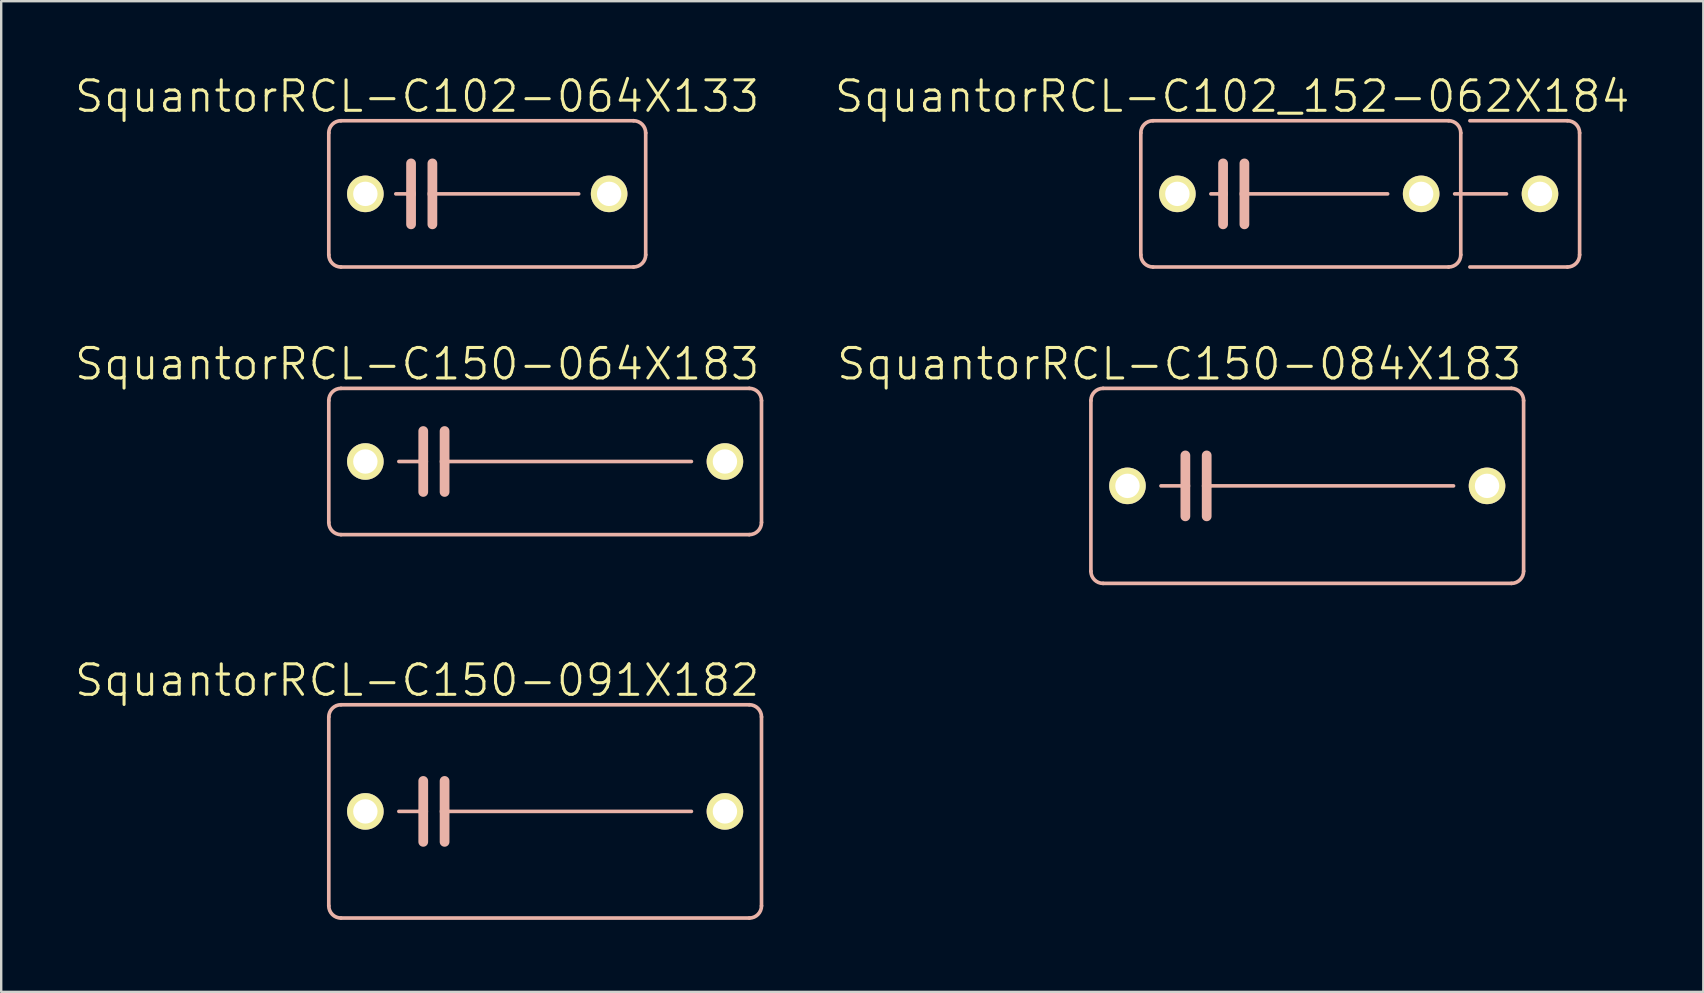
<source format=kicad_pcb>
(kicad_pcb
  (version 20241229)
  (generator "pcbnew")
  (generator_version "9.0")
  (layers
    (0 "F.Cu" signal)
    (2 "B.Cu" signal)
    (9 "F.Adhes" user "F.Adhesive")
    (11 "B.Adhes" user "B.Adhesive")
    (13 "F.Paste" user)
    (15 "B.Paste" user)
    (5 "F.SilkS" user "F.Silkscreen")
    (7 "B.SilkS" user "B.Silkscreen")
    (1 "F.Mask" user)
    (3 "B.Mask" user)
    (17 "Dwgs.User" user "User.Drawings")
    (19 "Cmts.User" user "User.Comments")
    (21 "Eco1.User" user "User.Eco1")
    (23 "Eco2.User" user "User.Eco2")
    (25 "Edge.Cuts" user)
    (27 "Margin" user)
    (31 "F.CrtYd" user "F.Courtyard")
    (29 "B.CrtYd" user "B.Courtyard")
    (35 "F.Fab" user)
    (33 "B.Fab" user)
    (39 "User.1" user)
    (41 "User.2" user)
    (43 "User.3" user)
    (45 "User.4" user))
  (footprint "SquantorRCL-C102-064X133"
    (layer "F.Cu")
    (at 17.257 5.03)
    (property "Reference" "SquantorRCL-C102-064X133" (at -2.921 -4.064 0) (layer "F.SilkS") (effects (font (size 1.27 1.27) (thickness 0.127))))
    (attr exclude_from_pos_files exclude_from_bom)
    (fp_line (start -6.604 2.54) (end -6.604 -2.54) (stroke (width 0.152) (type solid)) (layer "B.SilkS"))
    (fp_line (start -6.096 -3.048) (end 6.096 -3.048) (stroke (width 0.152) (type solid)) (layer "B.SilkS"))
    (fp_line (start -3.81 0) (end -3.175 0) (stroke (width 0.152) (type solid)) (layer "B.SilkS"))
    (fp_line (start -3.175 -1.27) (end -3.175 0) (stroke (width 0.406) (type solid)) (layer "B.SilkS"))
    (fp_line (start -3.175 0) (end -3.175 1.27) (stroke (width 0.406) (type solid)) (layer "B.SilkS"))
    (fp_line (start -2.286 -1.27) (end -2.286 0) (stroke (width 0.406) (type solid)) (layer "B.SilkS"))
    (fp_line (start -2.286 0) (end -2.286 1.27) (stroke (width 0.406) (type solid)) (layer "B.SilkS"))
    (fp_line (start 3.81 0) (end -2.286 0) (stroke (width 0.152) (type solid)) (layer "B.SilkS"))
    (fp_line (start 6.096 3.048) (end -6.096 3.048) (stroke (width 0.152) (type solid)) (layer "B.SilkS"))
    (fp_line (start 6.604 -2.54) (end 6.604 2.54) (stroke (width 0.152) (type solid)) (layer "B.SilkS"))
    (fp_arc (start -6.604 -2.54) (mid -6.45521 -2.89921) (end -6.096 -3.048) (stroke (width 0.1524) (type solid)) (layer "B.SilkS"))
    (fp_arc (start -6.096 3.048) (mid -6.45521 2.89921) (end -6.604 2.54) (stroke (width 0.1524) (type solid)) (layer "B.SilkS"))
    (fp_arc (start 6.096 -3.048) (mid 6.45521 -2.89921) (end 6.604 -2.54) (stroke (width 0.1524) (type solid)) (layer "B.SilkS"))
    (fp_arc (start 6.604 2.54) (mid 6.45521 2.89921) (end 6.096 3.048) (stroke (width 0.1524) (type solid)) (layer "B.SilkS"))
    (pad "1" thru_hole circle (at -5.08 0) (size 1.524 1.524) (drill 1.016) (layers "*.Cu" "F.Mask" "F.SilkS" "F.Paste"))
    (pad "2" thru_hole circle (at 5.08 0) (size 1.524 1.524) (drill 1.016) (layers "*.Cu" "F.Mask" "F.SilkS" "F.Paste")))
  (footprint "SquantorRCL-C150-064X183"
    (layer "F.Cu")
    (at 19.67 16.184)
    (property "Reference" "SquantorRCL-C150-064X183" (at -5.334 -4.064 0) (layer "F.SilkS") (effects (font (size 1.27 1.27) (thickness 0.127))))
    (attr exclude_from_pos_files exclude_from_bom)
    (fp_line (start -9.017 2.54) (end -9.017 -2.54) (stroke (width 0.152) (type solid)) (layer "B.SilkS"))
    (fp_line (start -8.509 -3.048) (end 8.509 -3.048) (stroke (width 0.152) (type solid)) (layer "B.SilkS"))
    (fp_line (start -5.08 -1.27) (end -5.08 0) (stroke (width 0.406) (type solid)) (layer "B.SilkS"))
    (fp_line (start -5.08 0) (end -6.096 0) (stroke (width 0.152) (type solid)) (layer "B.SilkS"))
    (fp_line (start -5.08 0) (end -5.08 1.27) (stroke (width 0.406) (type solid)) (layer "B.SilkS"))
    (fp_line (start -4.191 -1.27) (end -4.191 0) (stroke (width 0.406) (type solid)) (layer "B.SilkS"))
    (fp_line (start -4.191 0) (end -4.191 1.27) (stroke (width 0.406) (type solid)) (layer "B.SilkS"))
    (fp_line (start -4.191 0) (end 6.096 0) (stroke (width 0.152) (type solid)) (layer "B.SilkS"))
    (fp_line (start 8.509 3.048) (end -8.509 3.048) (stroke (width 0.152) (type solid)) (layer "B.SilkS"))
    (fp_line (start 9.017 -2.54) (end 9.017 2.54) (stroke (width 0.152) (type solid)) (layer "B.SilkS"))
    (fp_arc (start -9.017 -2.54) (mid -8.86821 -2.89921) (end -8.509 -3.048) (stroke (width 0.1524) (type solid)) (layer "B.SilkS"))
    (fp_arc (start -8.509 3.048) (mid -8.86821 2.89921) (end -9.017 2.54) (stroke (width 0.1524) (type solid)) (layer "B.SilkS"))
    (fp_arc (start 8.509 -3.048) (mid 8.86821 -2.89921) (end 9.017 -2.54) (stroke (width 0.1524) (type solid)) (layer "B.SilkS"))
    (fp_arc (start 9.017 2.54) (mid 8.86821 2.89921) (end 8.509 3.048) (stroke (width 0.1524) (type solid)) (layer "B.SilkS"))
    (pad "1" thru_hole circle (at -7.493 0) (size 1.524 1.524) (drill 1.016) (layers "*.Cu" "F.Mask" "F.SilkS" "F.Paste"))
    (pad "2" thru_hole circle (at 7.493 0) (size 1.524 1.524) (drill 1.016) (layers "*.Cu" "F.Mask" "F.SilkS" "F.Paste")))
  (footprint "SquantorRCL-C150-091X182"
    (layer "F.Cu")
    (at 19.67 30.767)
    (property "Reference" "SquantorRCL-C150-091X182" (at -5.334 -5.461 0) (layer "F.SilkS") (effects (font (size 1.27 1.27) (thickness 0.127))))
    (attr exclude_from_pos_files exclude_from_bom)
    (fp_line (start -9.017 3.937) (end -9.017 -3.937) (stroke (width 0.152) (type solid)) (layer "B.SilkS"))
    (fp_line (start -8.509 -4.445) (end 8.509 -4.445) (stroke (width 0.152) (type solid)) (layer "B.SilkS"))
    (fp_line (start -5.08 -1.27) (end -5.08 0) (stroke (width 0.406) (type solid)) (layer "B.SilkS"))
    (fp_line (start -5.08 0) (end -6.096 0) (stroke (width 0.152) (type solid)) (layer "B.SilkS"))
    (fp_line (start -5.08 0) (end -5.08 1.27) (stroke (width 0.406) (type solid)) (layer "B.SilkS"))
    (fp_line (start -4.191 -1.27) (end -4.191 0) (stroke (width 0.406) (type solid)) (layer "B.SilkS"))
    (fp_line (start -4.191 0) (end -4.191 1.27) (stroke (width 0.406) (type solid)) (layer "B.SilkS"))
    (fp_line (start -4.191 0) (end 6.096 0) (stroke (width 0.152) (type solid)) (layer "B.SilkS"))
    (fp_line (start 8.509 4.445) (end -8.509 4.445) (stroke (width 0.152) (type solid)) (layer "B.SilkS"))
    (fp_line (start 9.017 -3.937) (end 9.017 3.937) (stroke (width 0.152) (type solid)) (layer "B.SilkS"))
    (fp_arc (start -9.017 -3.937) (mid -8.86821 -4.29621) (end -8.509 -4.445) (stroke (width 0.1524) (type solid)) (layer "B.SilkS"))
    (fp_arc (start -8.509 4.445) (mid -8.86821 4.29621) (end -9.017 3.937) (stroke (width 0.1524) (type solid)) (layer "B.SilkS"))
    (fp_arc (start 8.509 -4.445) (mid 8.86821 -4.29621) (end 9.017 -3.937) (stroke (width 0.1524) (type solid)) (layer "B.SilkS"))
    (fp_arc (start 9.017 3.937) (mid 8.86821 4.29621) (end 8.509 4.445) (stroke (width 0.1524) (type solid)) (layer "B.SilkS"))
    (pad "1" thru_hole circle (at -7.493 0) (size 1.524 1.524) (drill 1.016) (layers "*.Cu" "F.Mask" "F.SilkS" "F.Paste"))
    (pad "2" thru_hole circle (at 7.493 0) (size 1.524 1.524) (drill 1.016) (layers "*.Cu" "F.Mask" "F.SilkS" "F.Paste")))
  (footprint "SquantorRCL-C102_152-062X184"
    (layer "F.Cu")
    (at 51.1 5.03)
    (property "Reference" "SquantorRCL-C102_152-062X184" (at -2.794 -4.064 0) (layer "F.SilkS") (effects (font (size 1.27 1.27) (thickness 0.127))))
    (attr exclude_from_pos_files exclude_from_bom)
    (fp_line (start -6.604 2.54) (end -6.604 -2.54) (stroke (width 0.152) (type solid)) (layer "B.SilkS"))
    (fp_line (start -6.096 -3.048) (end 6.223 -3.048) (stroke (width 0.152) (type solid)) (layer "B.SilkS"))
    (fp_line (start -3.683 0) (end -3.175 0) (stroke (width 0.152) (type solid)) (layer "B.SilkS"))
    (fp_line (start -3.175 -1.27) (end -3.175 0) (stroke (width 0.406) (type solid)) (layer "B.SilkS"))
    (fp_line (start -3.175 0) (end -3.175 1.27) (stroke (width 0.406) (type solid)) (layer "B.SilkS"))
    (fp_line (start -2.286 -1.27) (end -2.286 0) (stroke (width 0.406) (type solid)) (layer "B.SilkS"))
    (fp_line (start -2.286 0) (end -2.286 1.27) (stroke (width 0.406) (type solid)) (layer "B.SilkS"))
    (fp_line (start -2.286 0) (end 3.683 0) (stroke (width 0.152) (type solid)) (layer "B.SilkS"))
    (fp_line (start 6.223 3.048) (end -6.096 3.048) (stroke (width 0.152) (type solid)) (layer "B.SilkS"))
    (fp_line (start 6.477 0) (end 8.636 0) (stroke (width 0.152) (type solid)) (layer "B.SilkS"))
    (fp_line (start 6.731 -2.54) (end 6.731 2.54) (stroke (width 0.152) (type solid)) (layer "B.SilkS"))
    (fp_line (start 7.112 -3.048) (end 11.176 -3.048) (stroke (width 0.152) (type solid)) (layer "B.SilkS"))
    (fp_line (start 11.176 3.048) (end 7.112 3.048) (stroke (width 0.152) (type solid)) (layer "B.SilkS"))
    (fp_line (start 11.684 -2.54) (end 11.684 2.54) (stroke (width 0.152) (type solid)) (layer "B.SilkS"))
    (fp_arc (start -6.604 -2.54) (mid -6.45521 -2.89921) (end -6.096 -3.048) (stroke (width 0.1524) (type solid)) (layer "B.SilkS"))
    (fp_arc (start -6.096 3.048) (mid -6.45521 2.89921) (end -6.604 2.54) (stroke (width 0.1524) (type solid)) (layer "B.SilkS"))
    (fp_arc (start 6.223 -3.048) (mid 6.58221 -2.89921) (end 6.731 -2.54) (stroke (width 0.1524) (type solid)) (layer "B.SilkS"))
    (fp_arc (start 6.731 2.54) (mid 6.58221 2.89921) (end 6.223 3.048) (stroke (width 0.1524) (type solid)) (layer "B.SilkS"))
    (fp_arc (start 11.176 -3.048) (mid 11.53521 -2.89921) (end 11.684 -2.54) (stroke (width 0.1524) (type solid)) (layer "B.SilkS"))
    (fp_arc (start 11.684 2.54) (mid 11.53521 2.89921) (end 11.176 3.048) (stroke (width 0.1524) (type solid)) (layer "B.SilkS"))
    (pad "1" thru_hole circle (at -5.08 0) (size 1.524 1.524) (drill 1.016) (layers "*.Cu" "F.Mask" "F.SilkS" "F.Paste"))
    (pad "2" thru_hole circle (at 5.08 0) (size 1.524 1.524) (drill 1.016) (layers "*.Cu" "F.Mask" "F.SilkS" "F.Paste"))
    (pad "3" thru_hole circle (at 10.033 0) (size 1.524 1.524) (drill 1.016) (layers "*.Cu" "F.Mask" "F.SilkS" "F.Paste")))
  (footprint "SquantorRCL-C150-084X183"
    (layer "F.Cu")
    (at 51.433 17.2)
    (property "Reference" "SquantorRCL-C150-084X183" (at -5.334 -5.08 0) (layer "F.SilkS") (effects (font (size 1.27 1.27) (thickness 0.127))))
    (attr exclude_from_pos_files exclude_from_bom)
    (fp_line (start -9.017 3.556) (end -9.017 -3.556) (stroke (width 0.152) (type solid)) (layer "B.SilkS"))
    (fp_line (start -8.509 -4.064) (end 8.509 -4.064) (stroke (width 0.152) (type solid)) (layer "B.SilkS"))
    (fp_line (start -5.08 -1.27) (end -5.08 0) (stroke (width 0.406) (type solid)) (layer "B.SilkS"))
    (fp_line (start -5.08 0) (end -6.096 0) (stroke (width 0.152) (type solid)) (layer "B.SilkS"))
    (fp_line (start -5.08 0) (end -5.08 1.27) (stroke (width 0.406) (type solid)) (layer "B.SilkS"))
    (fp_line (start -4.191 -1.27) (end -4.191 0) (stroke (width 0.406) (type solid)) (layer "B.SilkS"))
    (fp_line (start -4.191 0) (end -4.191 1.27) (stroke (width 0.406) (type solid)) (layer "B.SilkS"))
    (fp_line (start -4.191 0) (end 6.096 0) (stroke (width 0.152) (type solid)) (layer "B.SilkS"))
    (fp_line (start 8.509 4.064) (end -8.509 4.064) (stroke (width 0.152) (type solid)) (layer "B.SilkS"))
    (fp_line (start 9.017 -3.556) (end 9.017 3.556) (stroke (width 0.152) (type solid)) (layer "B.SilkS"))
    (fp_arc (start -9.017 -3.556) (mid -8.86821 -3.91521) (end -8.509 -4.064) (stroke (width 0.1524) (type solid)) (layer "B.SilkS"))
    (fp_arc (start -8.509 4.064) (mid -8.86821 3.91521) (end -9.017 3.556) (stroke (width 0.1524) (type solid)) (layer "B.SilkS"))
    (fp_arc (start 8.509 -4.064) (mid 8.86821 -3.91521) (end 9.017 -3.556) (stroke (width 0.1524) (type solid)) (layer "B.SilkS"))
    (fp_arc (start 9.017 3.556) (mid 8.86821 3.91521) (end 8.509 4.064) (stroke (width 0.1524) (type solid)) (layer "B.SilkS"))
    (pad "1" thru_hole circle (at -7.493 0) (size 1.524 1.524) (drill 1.016) (layers "*.Cu" "F.Mask" "F.SilkS" "F.Paste"))
    (pad "2" thru_hole circle (at 7.493 0) (size 1.524 1.524) (drill 1.016) (layers "*.Cu" "F.Mask" "F.SilkS" "F.Paste")))
  (gr_rect
    (start -3 -3)
    (end 67.94 38.288)
    (stroke (width 0.1) (type default))
    (fill no)
    (layer "Edge.Cuts")))
</source>
